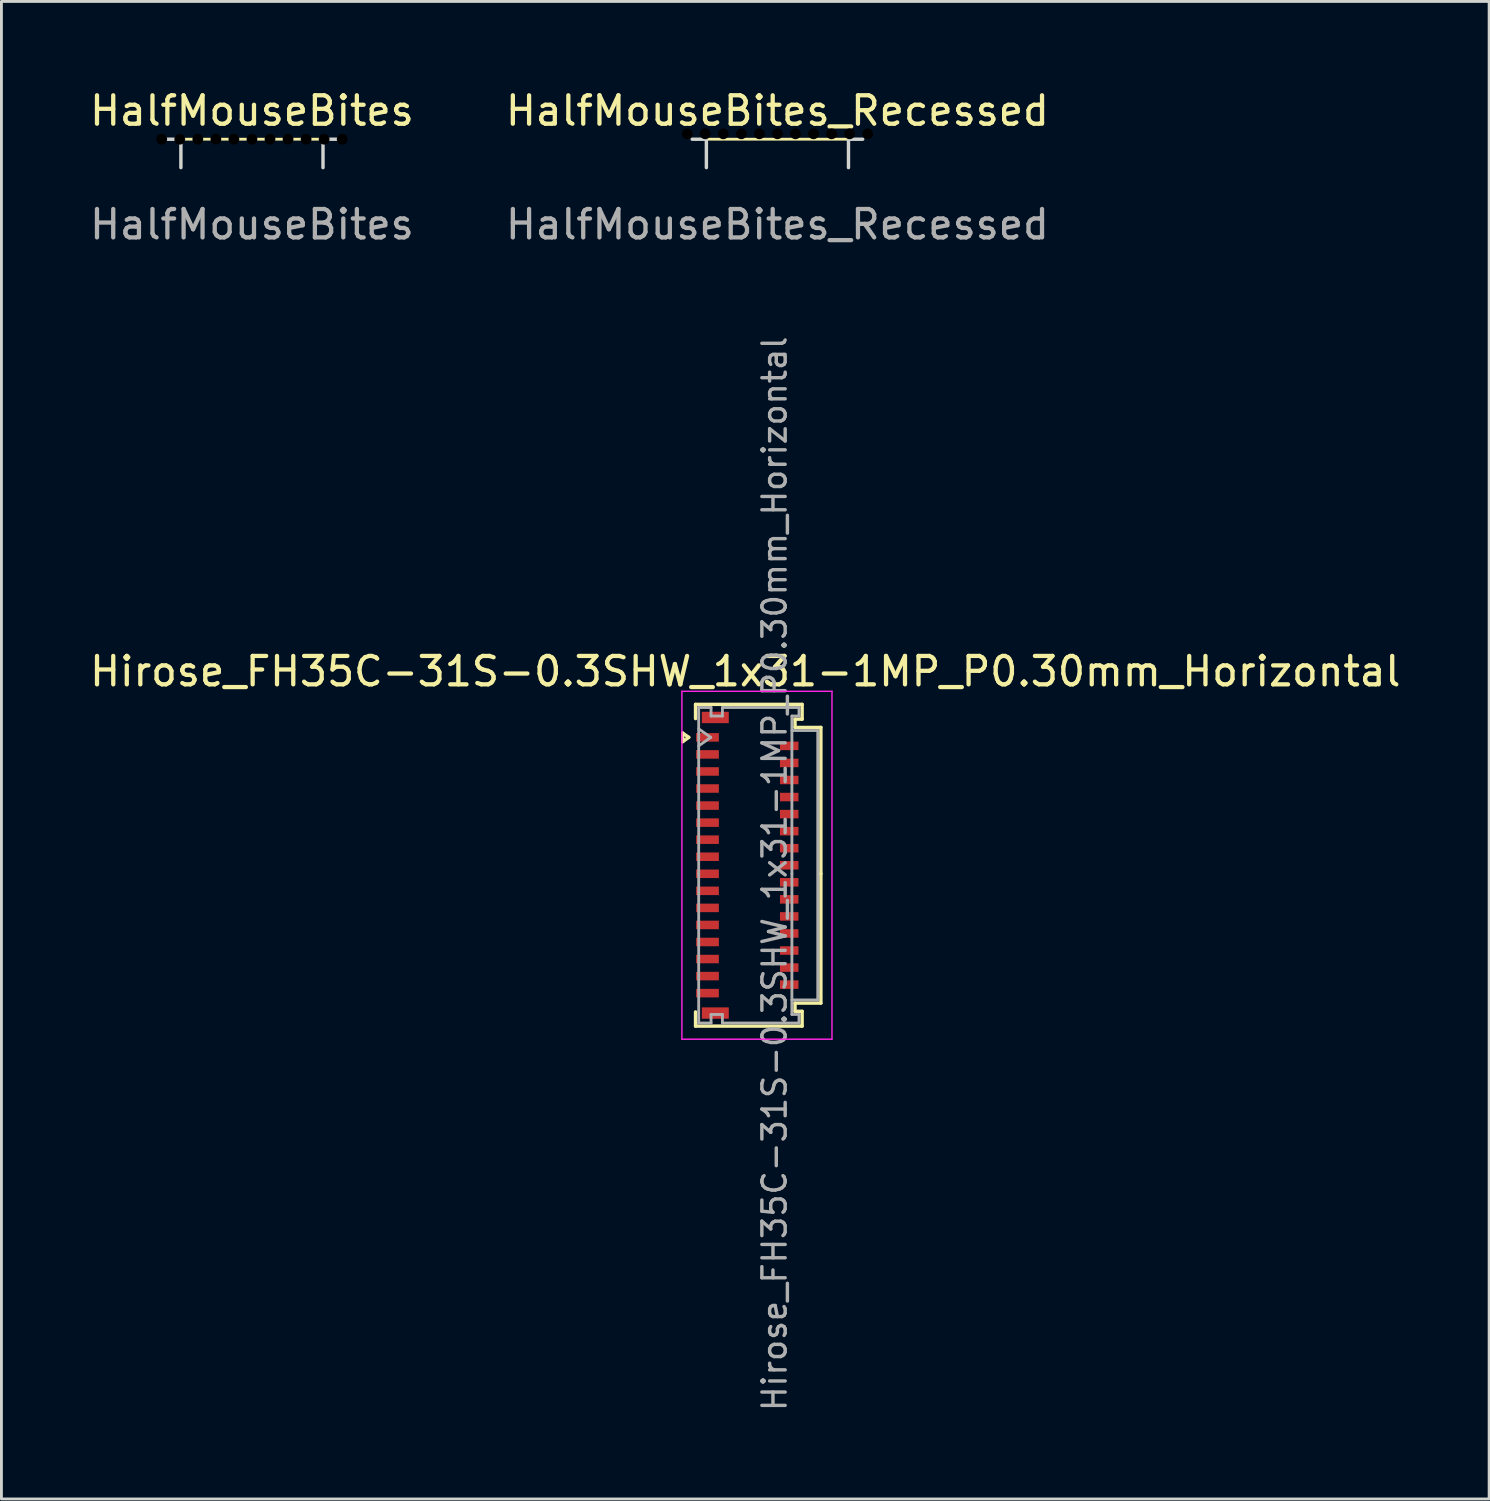
<source format=kicad_pcb>
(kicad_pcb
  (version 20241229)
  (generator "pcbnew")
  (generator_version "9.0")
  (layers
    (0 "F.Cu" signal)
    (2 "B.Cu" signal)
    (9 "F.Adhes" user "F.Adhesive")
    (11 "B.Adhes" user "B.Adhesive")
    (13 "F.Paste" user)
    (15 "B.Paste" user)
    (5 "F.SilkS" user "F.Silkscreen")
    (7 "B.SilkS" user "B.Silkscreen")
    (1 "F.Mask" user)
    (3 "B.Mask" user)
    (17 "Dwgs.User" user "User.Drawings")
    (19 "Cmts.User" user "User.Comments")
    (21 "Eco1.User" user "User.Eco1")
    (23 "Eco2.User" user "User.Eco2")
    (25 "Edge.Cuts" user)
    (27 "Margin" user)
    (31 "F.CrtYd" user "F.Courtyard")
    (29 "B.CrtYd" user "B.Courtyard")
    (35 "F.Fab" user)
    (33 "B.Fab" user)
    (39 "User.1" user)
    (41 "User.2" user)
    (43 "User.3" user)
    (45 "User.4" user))
  (footprint "HalfMouseBites"
    (layer "F.Cu")
    (at 5.815 2.848)
    (property "Reference" "HalfMouseBites" (at 0 -2 0) (unlocked yes) (layer "F.SilkS") (effects (font (size 1 1) (thickness 0.15))))
    (attr through_hole board_only exclude_from_pos_files exclude_from_bom)
    (fp_line (start -2.5 -1) (end 2.5 -1) (stroke (width 0.1) (type solid)) (layer "F.SilkS"))
    (fp_line (start -3 -1) (end -2.5 -1) (stroke (width 0.12) (type solid)) (layer "Edge.Cuts"))
    (fp_line (start -2.5 0) (end -2.5 -1) (stroke (width 0.12) (type solid)) (layer "Edge.Cuts"))
    (fp_line (start 2.5 -1) (end 2.5 0) (stroke (width 0.12) (type solid)) (layer "Edge.Cuts"))
    (fp_line (start 2.5 -1) (end 3 -1) (stroke (width 0.12) (type solid)) (layer "Edge.Cuts"))
    (fp_text user "${REFERENCE}" (at 0 2 0) (unlocked yes) (layer "F.Fab") (effects (font (size 1 1) (thickness 0.15))))
    (pad "" np_thru_hole circle (at -3.175 -1 180) (size 0.38 0.38) (drill 0.38) (layers "*.Mask"))
    (pad "" np_thru_hole circle (at -2.54 -1 180) (size 0.38 0.38) (drill 0.38) (layers "*.Mask"))
    (pad "" np_thru_hole circle (at -1.905 -1 180) (size 0.38 0.38) (drill 0.38) (layers "*.Mask"))
    (pad "" np_thru_hole circle (at -1.27 -1 180) (size 0.38 0.38) (drill 0.38) (layers "*.Mask"))
    (pad "" np_thru_hole circle (at -0.635 -1 180) (size 0.38 0.38) (drill 0.38) (layers "*.Mask"))
    (pad "" np_thru_hole circle (at 0 -1) (size 0.38 0.38) (drill 0.38) (layers "*.Mask"))
    (pad "" np_thru_hole circle (at 0.635 -1) (size 0.38 0.38) (drill 0.38) (layers "*.Mask"))
    (pad "" np_thru_hole circle (at 1.27 -1) (size 0.38 0.38) (drill 0.38) (layers "*.Mask"))
    (pad "" np_thru_hole circle (at 1.905 -1) (size 0.38 0.38) (drill 0.38) (layers "*.Mask"))
    (pad "" np_thru_hole circle (at 2.54 -1) (size 0.38 0.38) (drill 0.38) (layers "*.Mask"))
    (pad "" np_thru_hole circle (at 3.175 -1) (size 0.38 0.38) (drill 0.38) (layers "*.Mask")))
  (footprint "HalfMouseBites_Recessed"
    (layer "F.Cu")
    (at 24.304 2.848)
    (property "Reference" "HalfMouseBites_Recessed" (at 0 -2 0) (unlocked yes) (layer "F.SilkS") (effects (font (size 1 1) (thickness 0.15))))
    (attr through_hole board_only exclude_from_pos_files exclude_from_bom)
    (fp_line (start 2.5 -1) (end -2.5 -1) (stroke (width 0.1) (type solid)) (layer "F.SilkS"))
    (fp_line (start -3 -1) (end -2.5 -1) (stroke (width 0.12) (type solid)) (layer "Edge.Cuts"))
    (fp_line (start -2.5 0) (end -2.5 -1) (stroke (width 0.12) (type solid)) (layer "Edge.Cuts"))
    (fp_line (start 2.5 -1) (end 2.5 0) (stroke (width 0.12) (type solid)) (layer "Edge.Cuts"))
    (fp_line (start 2.5 -1) (end 3 -1) (stroke (width 0.12) (type solid)) (layer "Edge.Cuts"))
    (fp_text user "${REFERENCE}" (at 0 2 0) (unlocked yes) (layer "F.Fab") (effects (font (size 1 1) (thickness 0.15))))
    (pad "" np_thru_hole circle (at -3.175 -1.19 180) (size 0.38 0.38) (drill 0.38) (layers "*.Mask"))
    (pad "" np_thru_hole circle (at -2.54 -1.19 180) (size 0.38 0.38) (drill 0.38) (layers "*.Mask"))
    (pad "" np_thru_hole circle (at -1.905 -1.19 180) (size 0.38 0.38) (drill 0.38) (layers "*.Mask"))
    (pad "" np_thru_hole circle (at -1.27 -1.19 180) (size 0.38 0.38) (drill 0.38) (layers "*.Mask"))
    (pad "" np_thru_hole circle (at -0.635 -1.19 180) (size 0.38 0.38) (drill 0.38) (layers "*.Mask"))
    (pad "" np_thru_hole circle (at 0 -1.19) (size 0.38 0.38) (drill 0.38) (layers "*.Mask"))
    (pad "" np_thru_hole circle (at 0.635 -1.19) (size 0.38 0.38) (drill 0.38) (layers "*.Mask"))
    (pad "" np_thru_hole circle (at 1.27 -1.19) (size 0.38 0.38) (drill 0.38) (layers "*.Mask"))
    (pad "" np_thru_hole circle (at 1.905 -1.19) (size 0.38 0.38) (drill 0.38) (layers "*.Mask"))
    (pad "" np_thru_hole circle (at 2.54 -1.19) (size 0.38 0.38) (drill 0.38) (layers "*.Mask"))
    (pad "" np_thru_hole circle (at 3.175 -1.19) (size 0.38 0.38) (drill 0.38) (layers "*.Mask")))
  (footprint "Hirose_FH35C-31S-0.3SHW_1x31-1MP_P0.30mm_Horizontal"
    (layer "F.Cu")
    (at 23.243 27.394)
    (property "Reference" "Hirose_FH35C-31S-0.3SHW_1x31-1MP_P0.30mm_Horizontal" (at -0.07 -6.82 0) (layer "F.SilkS") (effects (font (size 1 1) (thickness 0.15))))
    (attr smd)
    (fp_line (start -2.272 -4.65) (end -2.06 -4.5) (stroke (width 0.12) (type solid)) (layer "F.SilkS"))
    (fp_line (start -2.272 -4.35) (end -2.272 -4.65) (stroke (width 0.12) (type solid)) (layer "F.SilkS"))
    (fp_line (start -2.06 -4.5) (end -2.272 -4.35) (stroke (width 0.12) (type solid)) (layer "F.SilkS"))
    (fp_line (start -1.82 -5.66) (end 1.93 -5.66) (stroke (width 0.12) (type solid)) (layer "F.SilkS"))
    (fp_line (start -1.82 -5.16) (end -1.82 -5.66) (stroke (width 0.12) (type solid)) (layer "F.SilkS"))
    (fp_line (start -1.82 5.16) (end -1.82 5.66) (stroke (width 0.12) (type solid)) (layer "F.SilkS"))
    (fp_line (start -1.82 5.66) (end 1.93 5.66) (stroke (width 0.12) (type solid)) (layer "F.SilkS"))
    (fp_line (start 1.68 -5.14) (end 1.68 -4.85) (stroke (width 0.12) (type solid)) (layer "F.SilkS"))
    (fp_line (start 1.68 -4.85) (end 2.59 -4.85) (stroke (width 0.12) (type solid)) (layer "F.SilkS"))
    (fp_line (start 1.68 4.85) (end 2.59 4.85) (stroke (width 0.12) (type solid)) (layer "F.SilkS"))
    (fp_line (start 1.68 5.14) (end 1.68 4.85) (stroke (width 0.12) (type solid)) (layer "F.SilkS"))
    (fp_line (start 1.93 -5.66) (end 1.93 -5.14) (stroke (width 0.12) (type solid)) (layer "F.SilkS"))
    (fp_line (start 1.93 -5.14) (end 1.68 -5.14) (stroke (width 0.12) (type solid)) (layer "F.SilkS"))
    (fp_line (start 1.93 5.14) (end 1.68 5.14) (stroke (width 0.12) (type solid)) (layer "F.SilkS"))
    (fp_line (start 1.93 5.66) (end 1.93 5.14) (stroke (width 0.12) (type solid)) (layer "F.SilkS"))
    (fp_line (start 2.59 -4.85) (end 2.59 0.3) (stroke (width 0.12) (type solid)) (layer "F.SilkS"))
    (fp_line (start 2.59 4.85) (end 2.59 0.3) (stroke (width 0.12) (type solid)) (layer "F.SilkS"))
    (fp_line (start -2.3 -6.12) (end -2.3 6.12) (stroke (width 0.05) (type solid)) (layer "F.CrtYd"))
    (fp_line (start -2.3 6.12) (end 2.98 6.12) (stroke (width 0.05) (type solid)) (layer "F.CrtYd"))
    (fp_line (start 2.98 -6.12) (end -2.3 -6.12) (stroke (width 0.05) (type solid)) (layer "F.CrtYd"))
    (fp_line (start 2.98 6.12) (end 2.98 -6.12) (stroke (width 0.05) (type solid)) (layer "F.CrtYd"))
    (fp_line (start -1.71 -5.55) (end -1.275 -5.55) (stroke (width 0.1) (type solid)) (layer "F.Fab"))
    (fp_line (start -1.71 -4.8) (end -1.286 -4.5) (stroke (width 0.1) (type solid)) (layer "F.Fab"))
    (fp_line (start -1.71 0.3) (end -1.71 -5.55) (stroke (width 0.1) (type solid)) (layer "F.Fab"))
    (fp_line (start -1.71 0.3) (end -1.71 5.55) (stroke (width 0.1) (type solid)) (layer "F.Fab"))
    (fp_line (start -1.71 5.55) (end -1.275 5.55) (stroke (width 0.1) (type solid)) (layer "F.Fab"))
    (fp_line (start -1.286 -4.5) (end -1.71 -4.2) (stroke (width 0.1) (type solid)) (layer "F.Fab"))
    (fp_line (start -1.275 -5.55) (end -1.275 -5.25) (stroke (width 0.1) (type solid)) (layer "F.Fab"))
    (fp_line (start -1.275 -5.25) (end -0.875 -5.25) (stroke (width 0.1) (type solid)) (layer "F.Fab"))
    (fp_line (start -1.275 5.25) (end -0.875 5.25) (stroke (width 0.1) (type solid)) (layer "F.Fab"))
    (fp_line (start -1.275 5.55) (end -1.275 5.25) (stroke (width 0.1) (type solid)) (layer "F.Fab"))
    (fp_line (start -0.875 -5.55) (end 1.82 -5.55) (stroke (width 0.1) (type solid)) (layer "F.Fab"))
    (fp_line (start -0.875 -5.25) (end -0.875 -5.55) (stroke (width 0.1) (type solid)) (layer "F.Fab"))
    (fp_line (start -0.875 5.25) (end -0.875 5.55) (stroke (width 0.1) (type solid)) (layer "F.Fab"))
    (fp_line (start -0.875 5.55) (end 1.82 5.55) (stroke (width 0.1) (type solid)) (layer "F.Fab"))
    (fp_line (start 1.57 -5.25) (end 1.57 0.3) (stroke (width 0.1) (type solid)) (layer "F.Fab"))
    (fp_line (start 1.57 -4.74) (end 2.48 -4.74) (stroke (width 0.1) (type solid)) (layer "F.Fab"))
    (fp_line (start 1.57 5.25) (end 1.57 0.3) (stroke (width 0.1) (type solid)) (layer "F.Fab"))
    (fp_line (start 1.82 -5.55) (end 1.82 -5.25) (stroke (width 0.1) (type solid)) (layer "F.Fab"))
    (fp_line (start 1.82 -5.25) (end 1.57 -5.25) (stroke (width 0.1) (type solid)) (layer "F.Fab"))
    (fp_line (start 1.82 5.25) (end 1.57 5.25) (stroke (width 0.1) (type solid)) (layer "F.Fab"))
    (fp_line (start 1.82 5.55) (end 1.82 5.25) (stroke (width 0.1) (type solid)) (layer "F.Fab"))
    (fp_line (start 2.48 -4.74) (end 2.48 4.74) (stroke (width 0.1) (type solid)) (layer "F.Fab"))
    (fp_line (start 2.48 4.74) (end 1.57 4.74) (stroke (width 0.1) (type solid)) (layer "F.Fab"))
    (fp_text user "${REFERENCE}" (at 0.96 0.3 90) (layer "F.Fab") (effects (font (size 0.82 0.82) (thickness 0.12))))
    (pad "1" smd rect (at -1.4 -4.5) (size 0.8 0.3) (layers "F.Cu" "F.Mask" "F.Paste"))
    (pad "2" smd rect (at 1.475 -4.2) (size 0.65 0.3) (layers "F.Cu" "F.Mask" "F.Paste"))
    (pad "3" smd rect (at -1.4 -3.9) (size 0.8 0.3) (layers "F.Cu" "F.Mask" "F.Paste"))
    (pad "4" smd rect (at 1.475 -3.6) (size 0.65 0.3) (layers "F.Cu" "F.Mask" "F.Paste"))
    (pad "5" smd rect (at -1.4 -3.3) (size 0.8 0.3) (layers "F.Cu" "F.Mask" "F.Paste"))
    (pad "6" smd rect (at 1.475 -3) (size 0.65 0.3) (layers "F.Cu" "F.Mask" "F.Paste"))
    (pad "7" smd rect (at -1.4 -2.7) (size 0.8 0.3) (layers "F.Cu" "F.Mask" "F.Paste"))
    (pad "8" smd rect (at 1.475 -2.4) (size 0.65 0.3) (layers "F.Cu" "F.Mask" "F.Paste"))
    (pad "9" smd rect (at -1.4 -2.1) (size 0.8 0.3) (layers "F.Cu" "F.Mask" "F.Paste"))
    (pad "10" smd rect (at 1.475 -1.8) (size 0.65 0.3) (layers "F.Cu" "F.Mask" "F.Paste"))
    (pad "11" smd rect (at -1.4 -1.5) (size 0.8 0.3) (layers "F.Cu" "F.Mask" "F.Paste"))
    (pad "12" smd rect (at 1.475 -1.2) (size 0.65 0.3) (layers "F.Cu" "F.Mask" "F.Paste"))
    (pad "13" smd rect (at -1.4 -0.9) (size 0.8 0.3) (layers "F.Cu" "F.Mask" "F.Paste"))
    (pad "14" smd rect (at 1.475 -0.6) (size 0.65 0.3) (layers "F.Cu" "F.Mask" "F.Paste"))
    (pad "15" smd rect (at -1.4 -0.3) (size 0.8 0.3) (layers "F.Cu" "F.Mask" "F.Paste"))
    (pad "16" smd rect (at 1.475 0) (size 0.65 0.3) (layers "F.Cu" "F.Mask" "F.Paste"))
    (pad "17" smd rect (at -1.4 0.3) (size 0.8 0.3) (layers "F.Cu" "F.Mask" "F.Paste"))
    (pad "18" smd rect (at 1.475 0.6) (size 0.65 0.3) (layers "F.Cu" "F.Mask" "F.Paste"))
    (pad "19" smd rect (at -1.4 0.9) (size 0.8 0.3) (layers "F.Cu" "F.Mask" "F.Paste"))
    (pad "20" smd rect (at 1.475 1.2) (size 0.65 0.3) (layers "F.Cu" "F.Mask" "F.Paste"))
    (pad "21" smd rect (at -1.4 1.5) (size 0.8 0.3) (layers "F.Cu" "F.Mask" "F.Paste"))
    (pad "22" smd rect (at 1.475 1.8) (size 0.65 0.3) (layers "F.Cu" "F.Mask" "F.Paste"))
    (pad "23" smd rect (at -1.4 2.1) (size 0.8 0.3) (layers "F.Cu" "F.Mask" "F.Paste"))
    (pad "24" smd rect (at 1.475 2.4) (size 0.65 0.3) (layers "F.Cu" "F.Mask" "F.Paste"))
    (pad "25" smd rect (at -1.4 2.7) (size 0.8 0.3) (layers "F.Cu" "F.Mask" "F.Paste"))
    (pad "26" smd rect (at 1.475 3) (size 0.65 0.3) (layers "F.Cu" "F.Mask" "F.Paste"))
    (pad "27" smd rect (at -1.4 3.3) (size 0.8 0.3) (layers "F.Cu" "F.Mask" "F.Paste"))
    (pad "28" smd rect (at 1.475 3.6) (size 0.65 0.3) (layers "F.Cu" "F.Mask" "F.Paste"))
    (pad "29" smd rect (at -1.4 3.9) (size 0.8 0.3) (layers "F.Cu" "F.Mask" "F.Paste"))
    (pad "30" smd rect (at 1.475 4.2) (size 0.65 0.3) (layers "F.Cu" "F.Mask" "F.Paste"))
    (pad "31" smd rect (at -1.4 4.5) (size 0.8 0.3) (layers "F.Cu" "F.Mask" "F.Paste"))
    (pad "MP" smd rect (at -1.125 -5.2) (size 0.95 0.4) (layers "F.Cu" "F.Mask" "F.Paste"))
    (pad "MP" smd rect (at -1.125 5.2) (size 0.95 0.4) (layers "F.Cu" "F.Mask" "F.Paste")))
  (gr_rect
    (start -3 -3)
    (end 49.345 49.691)
    (stroke (width 0.1) (type default))
    (fill no)
    (layer "Edge.Cuts")))
</source>
